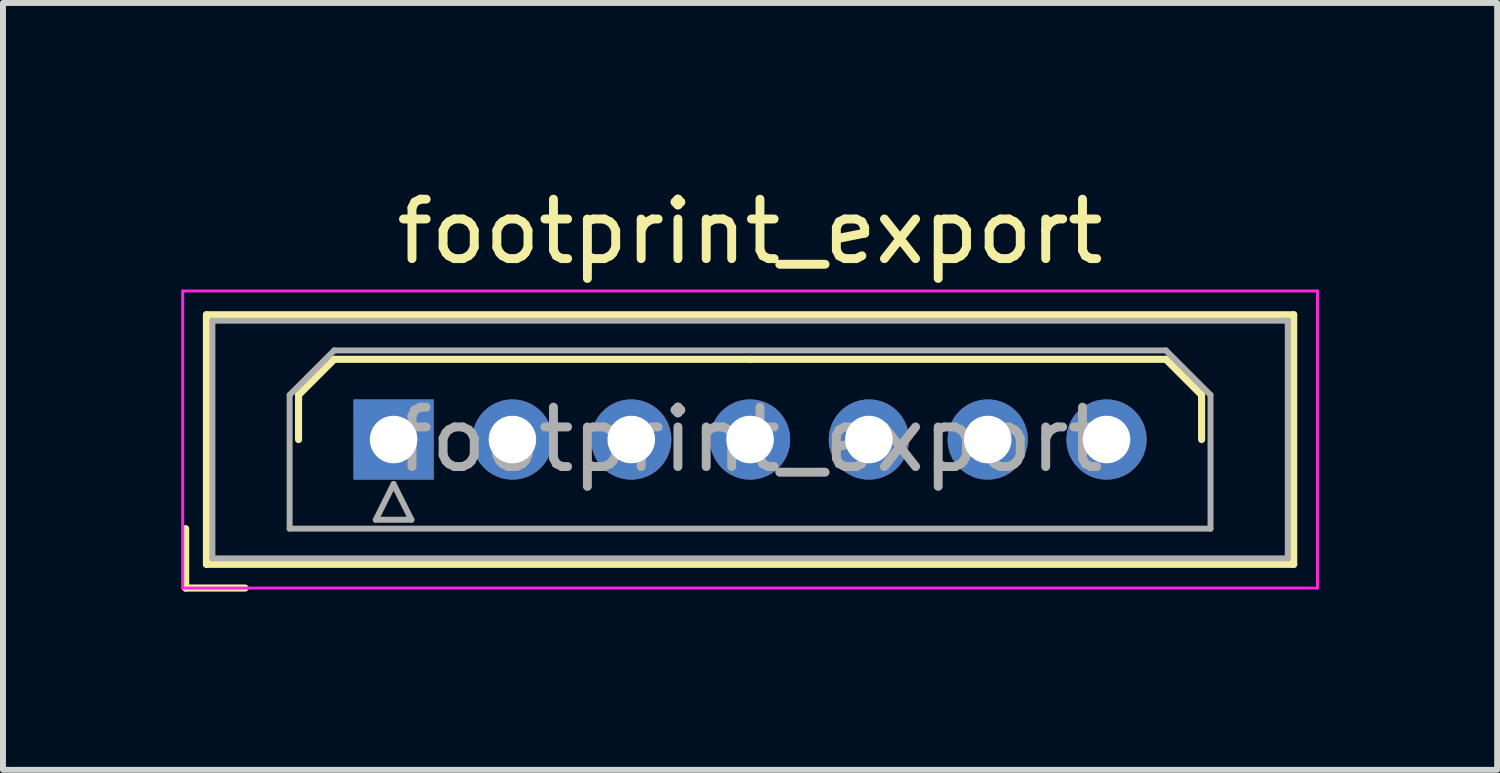
<source format=kicad_pcb>
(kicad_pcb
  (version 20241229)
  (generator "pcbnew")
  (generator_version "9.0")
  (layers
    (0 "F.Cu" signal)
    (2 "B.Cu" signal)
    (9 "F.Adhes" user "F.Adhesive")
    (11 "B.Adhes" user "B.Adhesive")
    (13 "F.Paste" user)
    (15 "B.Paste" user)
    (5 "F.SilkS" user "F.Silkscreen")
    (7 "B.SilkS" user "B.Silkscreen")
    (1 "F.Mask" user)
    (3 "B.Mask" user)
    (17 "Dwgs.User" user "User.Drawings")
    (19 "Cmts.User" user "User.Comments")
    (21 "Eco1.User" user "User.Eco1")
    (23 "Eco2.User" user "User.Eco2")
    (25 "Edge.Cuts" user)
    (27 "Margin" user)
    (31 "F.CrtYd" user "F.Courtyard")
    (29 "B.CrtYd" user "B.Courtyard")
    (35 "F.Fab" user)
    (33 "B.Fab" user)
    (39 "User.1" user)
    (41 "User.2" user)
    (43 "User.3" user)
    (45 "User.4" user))
  (footprint "footprint_export"
    (layer "F.Cu")
    (at 3.575 4.348)
    (property "Reference" "footprint_export" (at 6 -3.5 0) (layer "F.SilkS") (effects (font (size 1 1) (thickness 0.15))))
    (attr through_hole)
    (fp_line (start -3.5 1.5) (end -3.5 2.5) (stroke (width 0.12) (type solid)) (layer "F.SilkS"))
    (fp_line (start -3.5 2.5) (end -2.5 2.5) (stroke (width 0.12) (type solid)) (layer "F.SilkS"))
    (fp_line (start -3.15 -2.1) (end -3.15 2.1) (stroke (width 0.12) (type solid)) (layer "F.SilkS"))
    (fp_line (start -3.15 2.1) (end 15.15 2.1) (stroke (width 0.12) (type solid)) (layer "F.SilkS"))
    (fp_line (start -1.6 -0.75) (end -1 -1.35) (stroke (width 0.12) (type solid)) (layer "F.SilkS"))
    (fp_line (start -1.6 0) (end -1.6 -0.75) (stroke (width 0.12) (type solid)) (layer "F.SilkS"))
    (fp_line (start -1 -1.35) (end 6 -1.35) (stroke (width 0.12) (type solid)) (layer "F.SilkS"))
    (fp_line (start 13 -1.35) (end 6 -1.35) (stroke (width 0.12) (type solid)) (layer "F.SilkS"))
    (fp_line (start 13.6 -0.75) (end 13 -1.35) (stroke (width 0.12) (type solid)) (layer "F.SilkS"))
    (fp_line (start 13.6 0) (end 13.6 -0.75) (stroke (width 0.12) (type solid)) (layer "F.SilkS"))
    (fp_line (start 15.15 -2.1) (end -3.15 -2.1) (stroke (width 0.12) (type solid)) (layer "F.SilkS"))
    (fp_line (start 15.15 2.1) (end 15.15 -2.1) (stroke (width 0.12) (type solid)) (layer "F.SilkS"))
    (fp_line (start -3.55 -2.5) (end -3.55 2.5) (stroke (width 0.05) (type solid)) (layer "F.CrtYd"))
    (fp_line (start -3.55 2.5) (end 15.55 2.5) (stroke (width 0.05) (type solid)) (layer "F.CrtYd"))
    (fp_line (start 15.55 -2.5) (end -3.55 -2.5) (stroke (width 0.05) (type solid)) (layer "F.CrtYd"))
    (fp_line (start 15.55 2.5) (end 15.55 -2.5) (stroke (width 0.05) (type solid)) (layer "F.CrtYd"))
    (fp_line (start -3.05 -2) (end -3.05 2) (stroke (width 0.1) (type solid)) (layer "F.Fab"))
    (fp_line (start -3.05 2) (end 15.05 2) (stroke (width 0.1) (type solid)) (layer "F.Fab"))
    (fp_line (start -1.75 -0.75) (end -1 -1.5) (stroke (width 0.1) (type solid)) (layer "F.Fab"))
    (fp_line (start -1.75 1.5) (end -1.75 -0.75) (stroke (width 0.1) (type solid)) (layer "F.Fab"))
    (fp_line (start -1 -1.5) (end 13 -1.5) (stroke (width 0.1) (type solid)) (layer "F.Fab"))
    (fp_line (start -0.3 1.35) (end 0.3 1.35) (stroke (width 0.1) (type solid)) (layer "F.Fab"))
    (fp_line (start 0 0.75) (end -0.3 1.35) (stroke (width 0.1) (type solid)) (layer "F.Fab"))
    (fp_line (start 0.3 1.35) (end 0 0.75) (stroke (width 0.1) (type solid)) (layer "F.Fab"))
    (fp_line (start 13 -1.5) (end 13.75 -0.75) (stroke (width 0.1) (type solid)) (layer "F.Fab"))
    (fp_line (start 13.75 -0.75) (end 13.75 1.5) (stroke (width 0.1) (type solid)) (layer "F.Fab"))
    (fp_line (start 13.75 1.5) (end -1.75 1.5) (stroke (width 0.1) (type solid)) (layer "F.Fab"))
    (fp_line (start 15.05 -2) (end -3.05 -2) (stroke (width 0.1) (type solid)) (layer "F.Fab"))
    (fp_line (start 15.05 2) (end 15.05 -2) (stroke (width 0.1) (type solid)) (layer "F.Fab"))
    (fp_text user "${REFERENCE}" (at 6 0 0) (layer "F.Fab") (effects (font (size 1 1) (thickness 0.15))))
    (pad "1" thru_hole rect (at 0 0) (size 1.35 1.35) (drill 0.8) (layers "*.Cu" "*.Mask"))
    (pad "2" thru_hole circle (at 2 0) (size 1.35 1.35) (drill 0.8) (layers "*.Cu" "*.Mask"))
    (pad "3" thru_hole circle (at 4 0) (size 1.35 1.35) (drill 0.8) (layers "*.Cu" "*.Mask"))
    (pad "4" thru_hole circle (at 6 0) (size 1.35 1.35) (drill 0.8) (layers "*.Cu" "*.Mask"))
    (pad "5" thru_hole circle (at 8 0) (size 1.35 1.35) (drill 0.8) (layers "*.Cu" "*.Mask"))
    (pad "6" thru_hole circle (at 10 0) (size 1.35 1.35) (drill 0.8) (layers "*.Cu" "*.Mask"))
    (pad "7" thru_hole circle (at 12 0) (size 1.35 1.35) (drill 0.8) (layers "*.Cu" "*.Mask")))
  (gr_rect
    (start -3 -3)
    (end 22.15 9.908)
    (stroke (width 0.1) (type default))
    (fill no)
    (layer "Edge.Cuts")))
</source>
